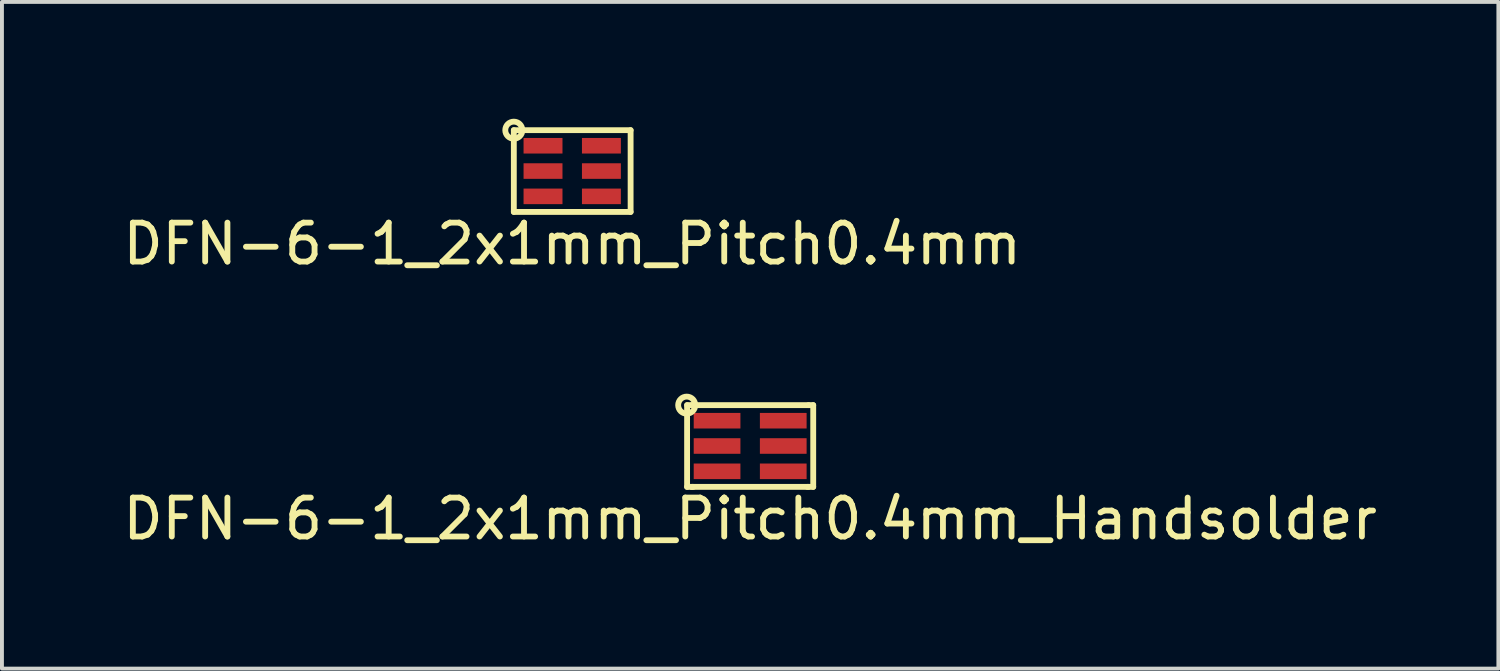
<source format=kicad_pcb>
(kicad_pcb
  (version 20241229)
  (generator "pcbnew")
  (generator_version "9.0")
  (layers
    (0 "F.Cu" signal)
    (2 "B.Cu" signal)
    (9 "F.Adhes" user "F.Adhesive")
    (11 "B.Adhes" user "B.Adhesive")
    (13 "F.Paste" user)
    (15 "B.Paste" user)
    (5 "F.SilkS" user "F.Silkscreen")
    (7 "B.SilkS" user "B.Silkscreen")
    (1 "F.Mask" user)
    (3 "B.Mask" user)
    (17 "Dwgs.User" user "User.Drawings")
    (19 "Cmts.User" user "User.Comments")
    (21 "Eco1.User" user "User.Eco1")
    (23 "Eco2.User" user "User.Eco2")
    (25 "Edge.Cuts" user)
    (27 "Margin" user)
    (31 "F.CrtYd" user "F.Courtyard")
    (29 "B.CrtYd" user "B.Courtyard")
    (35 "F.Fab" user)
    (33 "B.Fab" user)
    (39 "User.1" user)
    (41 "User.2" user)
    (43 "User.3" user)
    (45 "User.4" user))
  (footprint "DFN-6-1_2x1mm_Pitch0.4mm_Handsolder"
    (layer "F.Cu")
    (at 16.22 8.407)
    (property "Reference" "DFN-6-1_2x1mm_Pitch0.4mm_Handsolder" (at 0 1.87 0) (layer "F.SilkS") (effects (font (size 1 1) (thickness 0.15))))
    (attr through_hole)
    (fp_line (start -1.62 -1.05) (end -1.62 1.05) (stroke (width 0.15) (type solid)) (layer "F.SilkS"))
    (fp_line (start -1.62 1.05) (end -1.5 1.05) (stroke (width 0.15) (type solid)) (layer "F.SilkS"))
    (fp_line (start -1.5 1.05) (end -1.46 1.05) (stroke (width 0.15) (type solid)) (layer "F.SilkS"))
    (fp_line (start -1.5 1.05) (end 1.5 1.05) (stroke (width 0.15) (type solid)) (layer "F.SilkS"))
    (fp_line (start -1.49 -1.05) (end -1.62 -1.05) (stroke (width 0.15) (type solid)) (layer "F.SilkS"))
    (fp_line (start 1.5 -1.05) (end -1.5 -1.05) (stroke (width 0.15) (type solid)) (layer "F.SilkS"))
    (fp_line (start 1.5 -1.05) (end 1.62 -1.05) (stroke (width 0.15) (type solid)) (layer "F.SilkS"))
    (fp_line (start 1.62 1.05) (end 1.47 1.05) (stroke (width 0.15) (type solid)) (layer "F.SilkS"))
    (fp_line (start 1.62 1.05) (end 1.62 -1.05) (stroke (width 0.15) (type solid)) (layer "F.SilkS"))
    (fp_circle (center -1.63 -1.05) (end -1.47 -0.9) (stroke (width 0.15) (type solid)) (fill no) (layer "F.SilkS"))
    (pad "1" smd rect (at -0.85 -0.65) (size 1.2 0.4) (layers "F.Cu" "F.Mask" "F.Paste"))
    (pad "2" smd rect (at -0.85 0) (size 1.2 0.4) (layers "F.Cu" "F.Mask" "F.Paste"))
    (pad "3" smd rect (at -0.85 0.65) (size 1.2 0.4) (layers "F.Cu" "F.Mask" "F.Paste"))
    (pad "4" smd rect (at 0.85 0.65) (size 1.2 0.4) (layers "F.Cu" "F.Mask" "F.Paste"))
    (pad "5" smd rect (at 0.85 0) (size 1.2 0.4) (layers "F.Cu" "F.Mask" "F.Paste"))
    (pad "6" smd rect (at 0.85 -0.65) (size 1.2 0.4) (layers "F.Cu" "F.Mask" "F.Paste")))
  (footprint "DFN-6-1_2x1mm_Pitch0.4mm"
    (layer "F.Cu")
    (at 11.649 1.344)
    (property "Reference" "DFN-6-1_2x1mm_Pitch0.4mm" (at 0 1.87 0) (layer "F.SilkS") (effects (font (size 1 1) (thickness 0.15))))
    (attr through_hole)
    (fp_line (start -1.5 -1.05) (end -1.5 1.05) (stroke (width 0.15) (type solid)) (layer "F.SilkS"))
    (fp_line (start -1.5 1.05) (end 1.5 1.05) (stroke (width 0.15) (type solid)) (layer "F.SilkS"))
    (fp_line (start 1.5 -1.05) (end -1.5 -1.05) (stroke (width 0.15) (type solid)) (layer "F.SilkS"))
    (fp_line (start 1.5 1.05) (end 1.5 -1.05) (stroke (width 0.15) (type solid)) (layer "F.SilkS"))
    (fp_circle (center -1.5 -1.05) (end -1.34 -0.9) (stroke (width 0.15) (type solid)) (fill no) (layer "F.SilkS"))
    (pad "1" smd rect (at -0.75 -0.65) (size 1 0.4) (layers "F.Cu" "F.Mask" "F.Paste"))
    (pad "2" smd rect (at -0.75 0) (size 1 0.4) (layers "F.Cu" "F.Mask" "F.Paste"))
    (pad "3" smd rect (at -0.75 0.65) (size 1 0.4) (layers "F.Cu" "F.Mask" "F.Paste"))
    (pad "4" smd rect (at 0.75 0.65) (size 1 0.4) (layers "F.Cu" "F.Mask" "F.Paste"))
    (pad "5" smd rect (at 0.75 0) (size 1 0.4) (layers "F.Cu" "F.Mask" "F.Paste"))
    (pad "6" smd rect (at 0.75 -0.65) (size 1 0.4) (layers "F.Cu" "F.Mask" "F.Paste")))
  (gr_rect
    (start -3 -3)
    (end 35.44 14.125)
    (stroke (width 0.1) (type default))
    (fill no)
    (layer "Edge.Cuts")))
</source>
